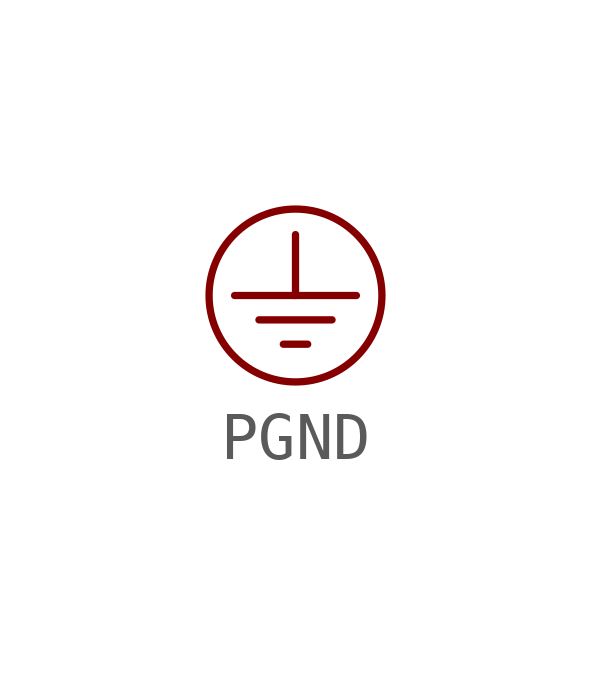
<source format=kicad_sym>
(kicad_symbol_lib
  (version 20211014)
  (generator kicad_symbol_editor)
  (symbol "PGND"
    (power)
    (pin_numbers hide)
    (pin_names
      (offset 0))
    (property "Reference" "#PWR"
      (at 0 1.143 0)
      (effects (font (size 0.508 0.508)) hide))
    (property "Footprint" ""
      (at 0 0 0)
      (effects (font (size 1.524 1.524))))
    (property "Datasheet" ""
      (at 0 0 0)
      (effects (font (size 1.524 1.524))))
    (symbol "PGND_0_0"
      (pin power_in line (at 0 0 90) (length 0) hide (name "PGND" (effects (font (size 0.635 0.635)))) (number "~" (effects (font (size 0.635 0.635))))))
    (symbol "PGND_0_1"
      (circle (center 0 -1.27) (radius 1.803) (stroke (width 0) (type default) (color 0 0 0 0)) (fill (type none)))
      (polyline (pts (xy -1.27 -1.27) (xy 1.27 -1.27)) (stroke (width 0) (type default) (color 0 0 0 0)) (fill (type none)))
      (polyline (pts (xy -0.762 -1.778) (xy 0.762 -1.778)) (stroke (width 0) (type default) (color 0 0 0 0)) (fill (type none)))
      (polyline (pts (xy -0.254 -2.286) (xy 0.254 -2.286)) (stroke (width 0) (type default) (color 0 0 0 0)) (fill (type none)))
      (polyline (pts (xy 0 -1.27) (xy 0 0)) (stroke (width 0) (type default) (color 0 0 0 0)) (fill (type none))))))
</source>
